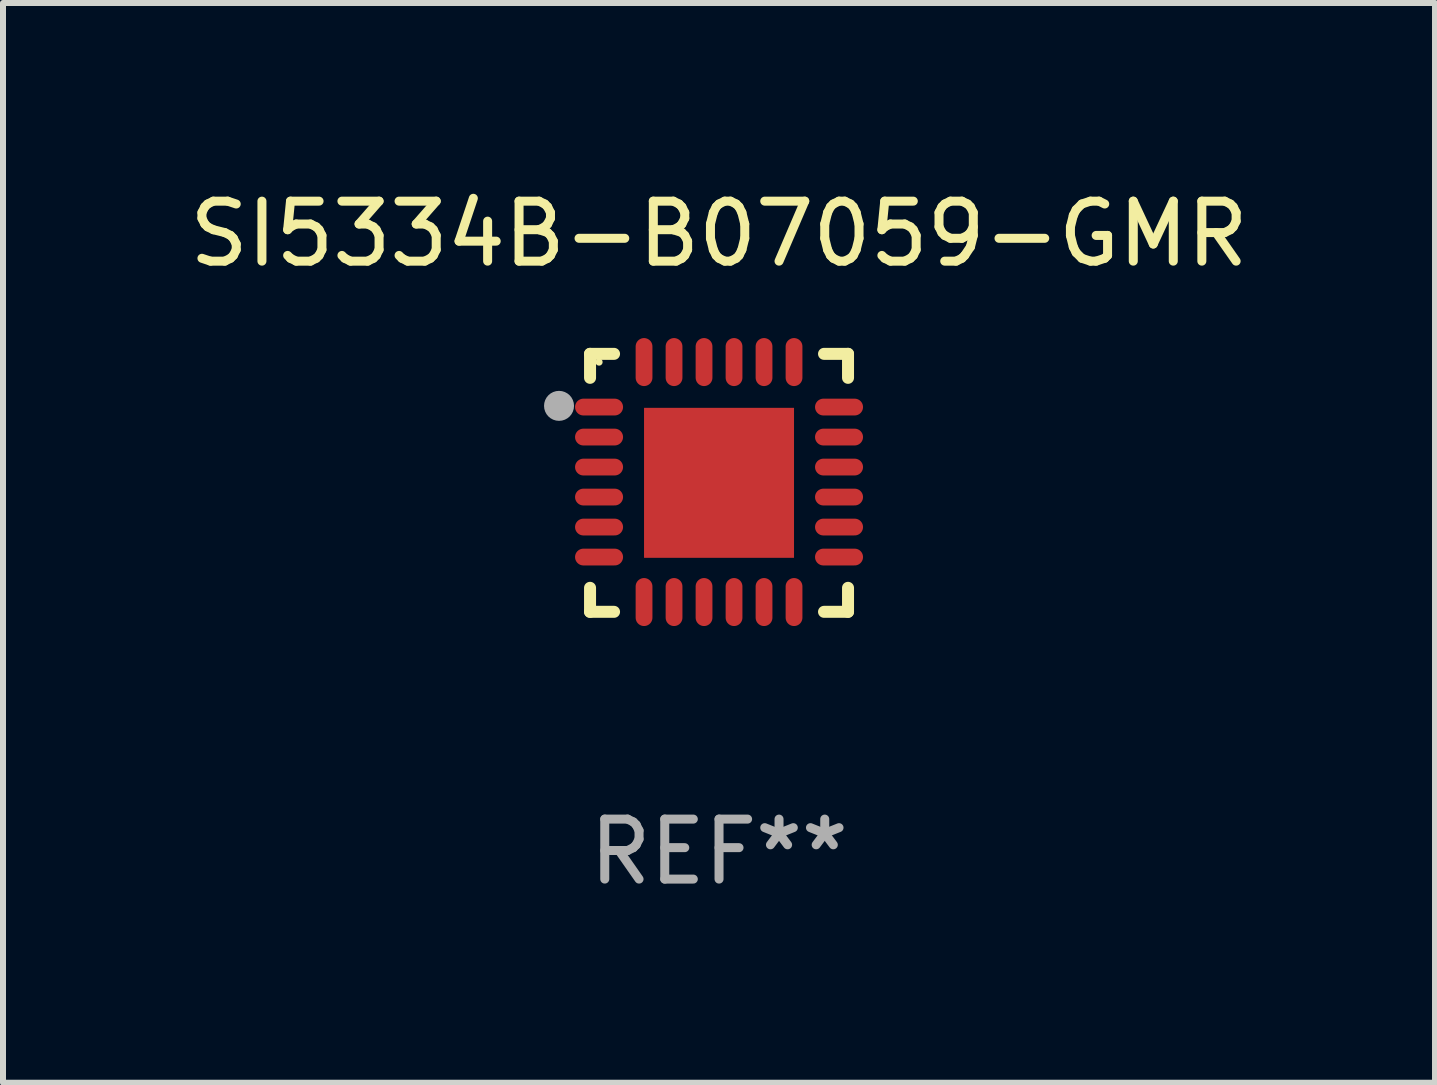
<source format=kicad_pcb>
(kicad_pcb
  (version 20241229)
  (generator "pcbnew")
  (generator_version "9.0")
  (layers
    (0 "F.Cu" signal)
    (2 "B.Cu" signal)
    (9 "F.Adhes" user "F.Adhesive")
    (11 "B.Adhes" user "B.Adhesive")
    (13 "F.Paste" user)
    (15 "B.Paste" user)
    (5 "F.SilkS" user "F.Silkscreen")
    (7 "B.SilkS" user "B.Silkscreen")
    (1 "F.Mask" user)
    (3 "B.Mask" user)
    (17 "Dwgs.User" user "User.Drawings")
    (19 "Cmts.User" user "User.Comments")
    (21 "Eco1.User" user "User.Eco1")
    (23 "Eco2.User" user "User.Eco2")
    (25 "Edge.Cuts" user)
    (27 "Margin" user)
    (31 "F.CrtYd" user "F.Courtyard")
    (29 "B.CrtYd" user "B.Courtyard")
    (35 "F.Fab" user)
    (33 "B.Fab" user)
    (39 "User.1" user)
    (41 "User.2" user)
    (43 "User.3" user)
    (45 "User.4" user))
  (footprint "SI5334B-B07059-GMR"
    (layer "F.Cu")
    (at 8.935 4.998)
    (property "Reference" "SI5334B-B07059-GMR" (at 0 -4.15 0) (layer "F.SilkS") (effects (font (size 1 1) (thickness 0.15))))
    (attr through_hole)
    (fp_line (start -2.15 -2.15) (end -1.75 -2.15) (stroke (width 0.2) (type solid)) (layer "F.SilkS"))
    (fp_line (start -2.15 -1.75) (end -2.15 -2.15) (stroke (width 0.2) (type solid)) (layer "F.SilkS"))
    (fp_line (start -2.15 2.15) (end -2.15 1.75) (stroke (width 0.2) (type solid)) (layer "F.SilkS"))
    (fp_line (start -1.75 2.15) (end -2.15 2.15) (stroke (width 0.2) (type solid)) (layer "F.SilkS"))
    (fp_line (start 1.75 -2.15) (end 2.15 -2.15) (stroke (width 0.2) (type solid)) (layer "F.SilkS"))
    (fp_line (start 1.75 2.15) (end 2.15 2.15) (stroke (width 0.2) (type solid)) (layer "F.SilkS"))
    (fp_line (start 2.15 -2.15) (end 2.15 -1.75) (stroke (width 0.2) (type solid)) (layer "F.SilkS"))
    (fp_line (start 2.15 2.15) (end 2.15 1.75) (stroke (width 0.2) (type solid)) (layer "F.SilkS"))
    (fp_circle (center -2 -2.013) (end -1.97 -2.013) (stroke (width 0.06) (type solid)) (fill no) (layer "F.SilkS"))
    (fp_circle (center -2.667 -1.283) (end -2.542 -1.283) (stroke (width 0.25) (type solid)) (fill no) (layer "F.Fab"))
    (fp_text user "REF**" (at 0 6.15 0) (layer "F.Fab") (effects (font (size 1 1) (thickness 0.15))))
    (pad "1" smd oval (at -2 -1.263) (size 0.8 0.28) (layers "F.Cu" "F.Mask" "F.Paste"))
    (pad "2" smd oval (at -2 -0.763) (size 0.8 0.28) (layers "F.Cu" "F.Mask" "F.Paste"))
    (pad "3" smd oval (at -2 -0.263) (size 0.8 0.28) (layers "F.Cu" "F.Mask" "F.Paste"))
    (pad "4" smd oval (at -2 0.237) (size 0.8 0.28) (layers "F.Cu" "F.Mask" "F.Paste"))
    (pad "5" smd oval (at -2 0.737) (size 0.8 0.28) (layers "F.Cu" "F.Mask" "F.Paste"))
    (pad "6" smd oval (at -2 1.237) (size 0.8 0.28) (layers "F.Cu" "F.Mask" "F.Paste"))
    (pad "7" smd oval (at -1.25 1.987) (size 0.28 0.8) (layers "F.Cu" "F.Mask" "F.Paste"))
    (pad "8" smd oval (at -0.75 1.987) (size 0.28 0.8) (layers "F.Cu" "F.Mask" "F.Paste"))
    (pad "9" smd oval (at -0.25 1.987) (size 0.28 0.8) (layers "F.Cu" "F.Mask" "F.Paste"))
    (pad "10" smd oval (at 0.25 1.987) (size 0.28 0.8) (layers "F.Cu" "F.Mask" "F.Paste"))
    (pad "11" smd oval (at 0.75 1.987) (size 0.28 0.8) (layers "F.Cu" "F.Mask" "F.Paste"))
    (pad "12" smd oval (at 1.25 1.987) (size 0.28 0.8) (layers "F.Cu" "F.Mask" "F.Paste"))
    (pad "13" smd oval (at 2 1.237) (size 0.8 0.28) (layers "F.Cu" "F.Mask" "F.Paste"))
    (pad "14" smd oval (at 2 0.737) (size 0.8 0.28) (layers "F.Cu" "F.Mask" "F.Paste"))
    (pad "15" smd oval (at 2 0.237) (size 0.8 0.28) (layers "F.Cu" "F.Mask" "F.Paste"))
    (pad "16" smd oval (at 2 -0.263) (size 0.8 0.28) (layers "F.Cu" "F.Mask" "F.Paste"))
    (pad "17" smd oval (at 2 -0.763) (size 0.8 0.28) (layers "F.Cu" "F.Mask" "F.Paste"))
    (pad "18" smd oval (at 2 -1.263) (size 0.8 0.28) (layers "F.Cu" "F.Mask" "F.Paste"))
    (pad "19" smd oval (at 1.25 -2.013) (size 0.28 0.8) (layers "F.Cu" "F.Mask" "F.Paste"))
    (pad "20" smd oval (at 0.75 -2.013) (size 0.28 0.8) (layers "F.Cu" "F.Mask" "F.Paste"))
    (pad "21" smd oval (at 0.25 -2.013) (size 0.28 0.8) (layers "F.Cu" "F.Mask" "F.Paste"))
    (pad "22" smd oval (at -0.25 -2.013) (size 0.28 0.8) (layers "F.Cu" "F.Mask" "F.Paste"))
    (pad "23" smd oval (at -0.75 -2.013) (size 0.28 0.8) (layers "F.Cu" "F.Mask" "F.Paste"))
    (pad "24" smd oval (at -1.25 -2.013) (size 0.28 0.8) (layers "F.Cu" "F.Mask" "F.Paste"))
    (pad "25" smd rect (at -0.000127 -0.00014) (size 2.5 2.5) (layers "F.Cu" "F.Mask" "F.Paste")))
  (gr_rect
    (start -3 -3)
    (end 20.869 14.997)
    (stroke (width 0.1) (type default))
    (fill no)
    (layer "Edge.Cuts")))
</source>
